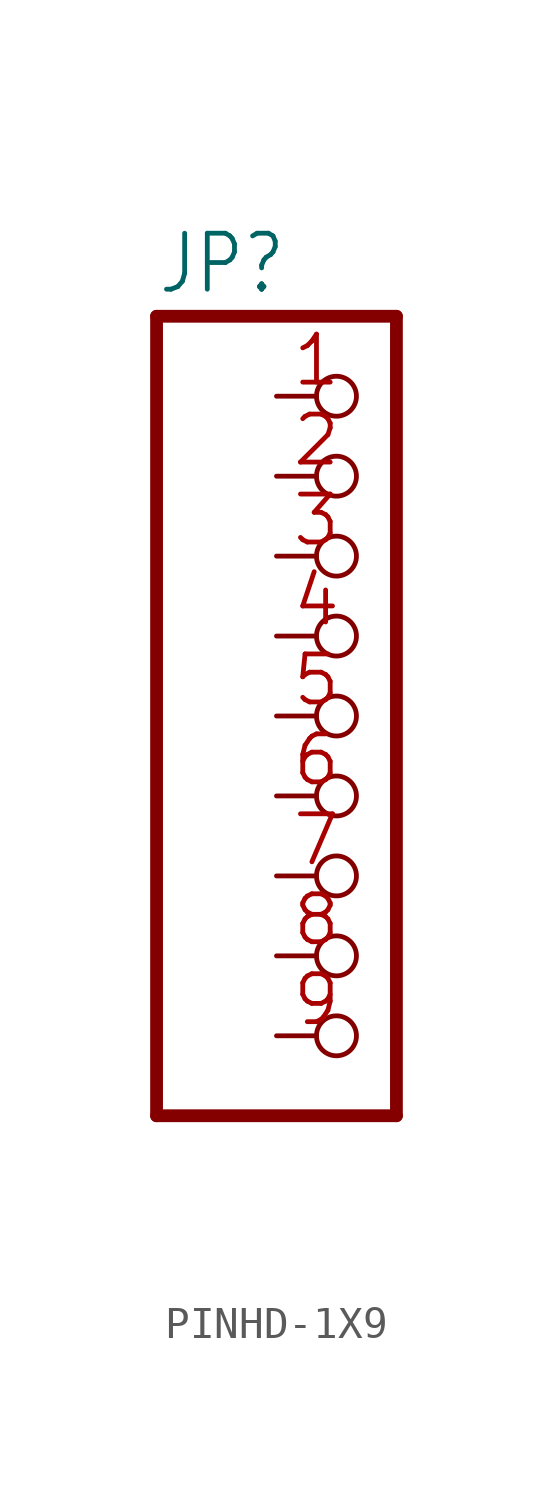
<source format=kicad_sym>
(kicad_symbol_lib
  (version 20241209)
  (generator "kicad_symbol_editor")
  (generator_version "9.0")
  (symbol "PINHD-1X9"
    (property "Reference" "JP"
      (at -6.35 13.335 0)
      (effects (font (size 1.778 1.511)) (justify left bottom)))
    (property "Value" ""
      (at -6.35 -15.24 0)
      (effects (font (size 1.778 1.511)) (justify left bottom)))
    (property "ki_locked" ""
      (at 0 0 0)
      (effects (font (size 1.27 1.27))))
    (symbol "PINHD-1X9_1_0"
      (polyline (pts (xy -6.35 12.7) (xy -6.35 -12.7)) (stroke (width 0.406) (type solid)) (fill (type none)))
      (polyline (pts (xy -6.35 -12.7) (xy 1.27 -12.7)) (stroke (width 0.406) (type solid)) (fill (type none)))
      (polyline (pts (xy 1.27 12.7) (xy -6.35 12.7)) (stroke (width 0.406) (type solid)) (fill (type none)))
      (polyline (pts (xy 1.27 -12.7) (xy 1.27 12.7)) (stroke (width 0.406) (type solid)) (fill (type none)))
      (pin passive inverted (at -2.54 10.16 0) (length 2.54) (name "1" (effects (font (size 0 0)))) (number "1" (effects (font (size 1.524 1.524)))))
      (pin passive inverted (at -2.54 7.62 0) (length 2.54) (name "2" (effects (font (size 0 0)))) (number "2" (effects (font (size 1.524 1.524)))))
      (pin passive inverted (at -2.54 5.08 0) (length 2.54) (name "3" (effects (font (size 0 0)))) (number "3" (effects (font (size 1.524 1.524)))))
      (pin passive inverted (at -2.54 2.54 0) (length 2.54) (name "4" (effects (font (size 0 0)))) (number "4" (effects (font (size 1.524 1.524)))))
      (pin passive inverted (at -2.54 0 0) (length 2.54) (name "5" (effects (font (size 0 0)))) (number "5" (effects (font (size 1.524 1.524)))))
      (pin passive inverted (at -2.54 -2.54 0) (length 2.54) (name "6" (effects (font (size 0 0)))) (number "6" (effects (font (size 1.524 1.524)))))
      (pin passive inverted (at -2.54 -5.08 0) (length 2.54) (name "7" (effects (font (size 0 0)))) (number "7" (effects (font (size 1.524 1.524)))))
      (pin passive inverted (at -2.54 -7.62 0) (length 2.54) (name "8" (effects (font (size 0 0)))) (number "8" (effects (font (size 1.524 1.524)))))
      (pin passive inverted (at -2.54 -10.16 0) (length 2.54) (name "9" (effects (font (size 0 0)))) (number "9" (effects (font (size 1.524 1.524))))))))
</source>
